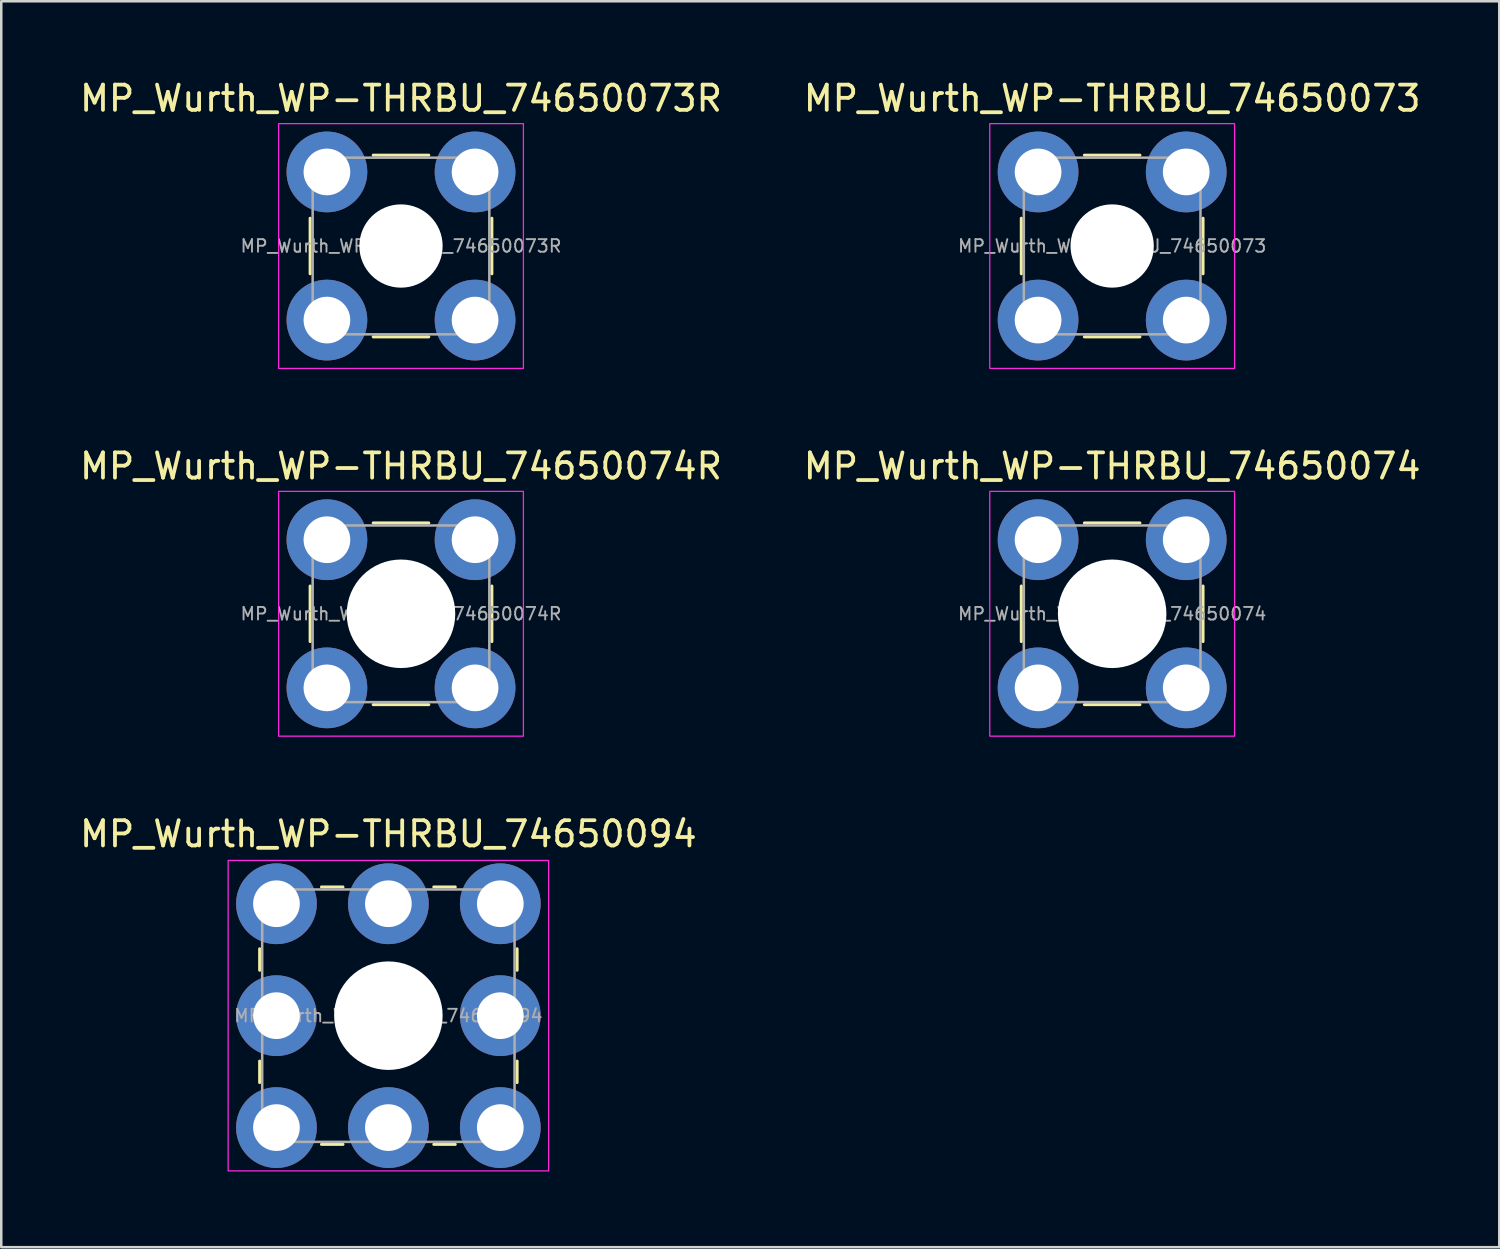
<source format=kicad_pcb>
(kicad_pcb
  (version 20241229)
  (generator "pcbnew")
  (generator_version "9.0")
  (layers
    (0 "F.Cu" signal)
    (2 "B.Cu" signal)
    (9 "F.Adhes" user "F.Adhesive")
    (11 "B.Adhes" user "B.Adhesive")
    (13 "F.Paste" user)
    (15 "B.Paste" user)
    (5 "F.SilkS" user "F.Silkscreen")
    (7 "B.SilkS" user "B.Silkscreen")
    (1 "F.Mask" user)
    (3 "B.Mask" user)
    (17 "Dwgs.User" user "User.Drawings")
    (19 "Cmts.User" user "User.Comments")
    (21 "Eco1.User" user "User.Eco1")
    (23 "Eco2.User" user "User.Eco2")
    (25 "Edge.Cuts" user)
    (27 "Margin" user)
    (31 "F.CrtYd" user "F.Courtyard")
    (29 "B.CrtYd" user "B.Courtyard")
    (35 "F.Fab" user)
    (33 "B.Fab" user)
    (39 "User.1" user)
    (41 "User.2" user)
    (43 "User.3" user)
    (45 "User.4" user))
  (footprint "MP_Wurth_WP-THRBU_74650074"
    (layer "F.Cu")
    (at 41.018 21.271)
    (property "Reference" "MP_Wurth_WP-THRBU_74650074" (at 0 -5.85 0) (unlocked yes) (layer "F.SilkS") (effects (font (size 1 1) (thickness 0.15))))
    (attr through_hole)
    (fp_line (start -3.6 1.1) (end -3.6 -1.1) (stroke (width 0.12) (type solid)) (layer "F.SilkS"))
    (fp_line (start -1.1 -3.6) (end 1.1 -3.6) (stroke (width 0.12) (type solid)) (layer "F.SilkS"))
    (fp_line (start -1.1 3.6) (end 1.1 3.6) (stroke (width 0.12) (type solid)) (layer "F.SilkS"))
    (fp_line (start 3.6 -1.1) (end 3.6 1.1) (stroke (width 0.12) (type solid)) (layer "F.SilkS"))
    (fp_circle (center -2.935 -2.935) (end -2.185 -2.935) (stroke (width 1.6) (type solid)) (fill no) (layer "F.Paste"))
    (fp_circle (center -2.935 2.935) (end -2.185 2.935) (stroke (width 1.6) (type solid)) (fill no) (layer "F.Paste"))
    (fp_circle (center 2.935 -2.935) (end 3.685 -2.935) (stroke (width 1.6) (type solid)) (fill no) (layer "F.Paste"))
    (fp_circle (center 2.935 2.935) (end 3.685 2.935) (stroke (width 1.6) (type solid)) (fill no) (layer "F.Paste"))
    (fp_rect (start -4.85 -4.85) (end 4.85 4.85) (stroke (width 0.05) (type solid)) (fill no) (layer "F.CrtYd"))
    (fp_line (start -3.5 -3.5) (end 3.5 -3.5) (stroke (width 0.1) (type solid)) (layer "F.Fab"))
    (fp_line (start -3.5 3.5) (end -3.5 -3.5) (stroke (width 0.1) (type solid)) (layer "F.Fab"))
    (fp_line (start 3.5 -3.5) (end 3.5 3.5) (stroke (width 0.1) (type solid)) (layer "F.Fab"))
    (fp_line (start 3.5 3.5) (end -3.5 3.5) (stroke (width 0.1) (type solid)) (layer "F.Fab"))
    (fp_text user "${REFERENCE}" (at 0 0 0) (unlocked yes) (layer "F.Fab") (effects (font (size 0.5 0.5) (thickness 0.075))))
    (pad "" np_thru_hole circle (at 0 0) (size 4.3 4.3) (drill 4.3) (layers "*.Cu" "*.Mask"))
    (pad "1" thru_hole circle (at -2.935 -2.935) (size 3.2 3.2) (drill 1.85) (layers "*.Cu" "*.Mask"))
    (pad "1" thru_hole circle (at -2.935 2.935) (size 3.2 3.2) (drill 1.85) (layers "*.Cu" "*.Mask"))
    (pad "1" thru_hole circle (at 2.935 -2.935) (size 3.2 3.2) (drill 1.85) (layers "*.Cu" "*.Mask"))
    (pad "1" thru_hole circle (at 2.935 2.935) (size 3.2 3.2) (drill 1.85) (layers "*.Cu" "*.Mask")))
  (footprint "MP_Wurth_WP-THRBU_74650073"
    (layer "F.Cu")
    (at 41.018 6.698)
    (property "Reference" "MP_Wurth_WP-THRBU_74650073" (at 0 -5.85 0) (unlocked yes) (layer "F.SilkS") (effects (font (size 1 1) (thickness 0.15))))
    (attr through_hole)
    (fp_line (start -3.6 1.1) (end -3.6 -1.1) (stroke (width 0.12) (type solid)) (layer "F.SilkS"))
    (fp_line (start -1.1 -3.6) (end 1.1 -3.6) (stroke (width 0.12) (type solid)) (layer "F.SilkS"))
    (fp_line (start -1.1 3.6) (end 1.1 3.6) (stroke (width 0.12) (type solid)) (layer "F.SilkS"))
    (fp_line (start 3.6 -1.1) (end 3.6 1.1) (stroke (width 0.12) (type solid)) (layer "F.SilkS"))
    (fp_circle (center -2.935 -2.935) (end -2.185 -2.935) (stroke (width 1.6) (type solid)) (fill no) (layer "F.Paste"))
    (fp_circle (center -2.935 2.935) (end -2.185 2.935) (stroke (width 1.6) (type solid)) (fill no) (layer "F.Paste"))
    (fp_circle (center 2.935 -2.935) (end 3.685 -2.935) (stroke (width 1.6) (type solid)) (fill no) (layer "F.Paste"))
    (fp_circle (center 2.935 2.935) (end 3.685 2.935) (stroke (width 1.6) (type solid)) (fill no) (layer "F.Paste"))
    (fp_rect (start -4.85 -4.85) (end 4.85 4.85) (stroke (width 0.05) (type solid)) (fill no) (layer "F.CrtYd"))
    (fp_line (start -3.5 -3.5) (end 3.5 -3.5) (stroke (width 0.1) (type solid)) (layer "F.Fab"))
    (fp_line (start -3.5 3.5) (end -3.5 -3.5) (stroke (width 0.1) (type solid)) (layer "F.Fab"))
    (fp_line (start 3.5 -3.5) (end 3.5 3.5) (stroke (width 0.1) (type solid)) (layer "F.Fab"))
    (fp_line (start 3.5 3.5) (end -3.5 3.5) (stroke (width 0.1) (type solid)) (layer "F.Fab"))
    (fp_text user "${REFERENCE}" (at 0 0 0) (unlocked yes) (layer "F.Fab") (effects (font (size 0.5 0.5) (thickness 0.075))))
    (pad "" np_thru_hole circle (at 0 0) (size 3.3 3.3) (drill 3.3) (layers "*.Cu" "*.Mask"))
    (pad "1" thru_hole circle (at -2.935 -2.935) (size 3.2 3.2) (drill 1.85) (layers "*.Cu" "*.Mask"))
    (pad "1" thru_hole circle (at -2.935 2.935) (size 3.2 3.2) (drill 1.85) (layers "*.Cu" "*.Mask"))
    (pad "1" thru_hole circle (at 2.935 -2.935) (size 3.2 3.2) (drill 1.85) (layers "*.Cu" "*.Mask"))
    (pad "1" thru_hole circle (at 2.935 2.935) (size 3.2 3.2) (drill 1.85) (layers "*.Cu" "*.Mask")))
  (footprint "MP_Wurth_WP-THRBU_74650074R"
    (layer "F.Cu")
    (at 12.839 21.271)
    (property "Reference" "MP_Wurth_WP-THRBU_74650074R" (at 0 -5.85 0) (unlocked yes) (layer "F.SilkS") (effects (font (size 1 1) (thickness 0.15))))
    (attr through_hole)
    (fp_line (start -3.6 1.1) (end -3.6 -1.1) (stroke (width 0.12) (type solid)) (layer "F.SilkS"))
    (fp_line (start -1.1 -3.6) (end 1.1 -3.6) (stroke (width 0.12) (type solid)) (layer "F.SilkS"))
    (fp_line (start -1.1 3.6) (end 1.1 3.6) (stroke (width 0.12) (type solid)) (layer "F.SilkS"))
    (fp_line (start 3.6 -1.1) (end 3.6 1.1) (stroke (width 0.12) (type solid)) (layer "F.SilkS"))
    (fp_circle (center -2.935 -2.935) (end -2.185 -2.935) (stroke (width 1.6) (type solid)) (fill no) (layer "F.Paste"))
    (fp_circle (center -2.935 2.935) (end -2.185 2.935) (stroke (width 1.6) (type solid)) (fill no) (layer "F.Paste"))
    (fp_circle (center 2.935 -2.935) (end 3.685 -2.935) (stroke (width 1.6) (type solid)) (fill no) (layer "F.Paste"))
    (fp_circle (center 2.935 2.935) (end 3.685 2.935) (stroke (width 1.6) (type solid)) (fill no) (layer "F.Paste"))
    (fp_rect (start -4.85 -4.85) (end 4.85 4.85) (stroke (width 0.05) (type solid)) (fill no) (layer "F.CrtYd"))
    (fp_line (start -3.5 -3.5) (end 3.5 -3.5) (stroke (width 0.1) (type solid)) (layer "F.Fab"))
    (fp_line (start -3.5 3.5) (end -3.5 -3.5) (stroke (width 0.1) (type solid)) (layer "F.Fab"))
    (fp_line (start 3.5 -3.5) (end 3.5 3.5) (stroke (width 0.1) (type solid)) (layer "F.Fab"))
    (fp_line (start 3.5 3.5) (end -3.5 3.5) (stroke (width 0.1) (type solid)) (layer "F.Fab"))
    (fp_text user "${REFERENCE}" (at 0 0 0) (unlocked yes) (layer "F.Fab") (effects (font (size 0.5 0.5) (thickness 0.075))))
    (pad "" np_thru_hole circle (at 0 0) (size 4.3 4.3) (drill 4.3) (layers "*.Cu" "*.Mask"))
    (pad "1" thru_hole circle (at -2.935 -2.935) (size 3.2 3.2) (drill 1.85) (layers "*.Cu" "*.Mask"))
    (pad "1" thru_hole circle (at -2.935 2.935) (size 3.2 3.2) (drill 1.85) (layers "*.Cu" "*.Mask"))
    (pad "1" thru_hole circle (at 2.935 -2.935) (size 3.2 3.2) (drill 1.85) (layers "*.Cu" "*.Mask"))
    (pad "1" thru_hole circle (at 2.935 2.935) (size 3.2 3.2) (drill 1.85) (layers "*.Cu" "*.Mask")))
  (footprint "MP_Wurth_WP-THRBU_74650073R"
    (layer "F.Cu")
    (at 12.839 6.698)
    (property "Reference" "MP_Wurth_WP-THRBU_74650073R" (at 0 -5.85 0) (unlocked yes) (layer "F.SilkS") (effects (font (size 1 1) (thickness 0.15))))
    (attr through_hole)
    (fp_line (start -3.6 1.1) (end -3.6 -1.1) (stroke (width 0.12) (type solid)) (layer "F.SilkS"))
    (fp_line (start -1.1 -3.6) (end 1.1 -3.6) (stroke (width 0.12) (type solid)) (layer "F.SilkS"))
    (fp_line (start -1.1 3.6) (end 1.1 3.6) (stroke (width 0.12) (type solid)) (layer "F.SilkS"))
    (fp_line (start 3.6 -1.1) (end 3.6 1.1) (stroke (width 0.12) (type solid)) (layer "F.SilkS"))
    (fp_circle (center -2.935 -2.935) (end -2.185 -2.935) (stroke (width 1.6) (type solid)) (fill no) (layer "F.Paste"))
    (fp_circle (center -2.935 2.935) (end -2.185 2.935) (stroke (width 1.6) (type solid)) (fill no) (layer "F.Paste"))
    (fp_circle (center 2.935 -2.935) (end 3.685 -2.935) (stroke (width 1.6) (type solid)) (fill no) (layer "F.Paste"))
    (fp_circle (center 2.935 2.935) (end 3.685 2.935) (stroke (width 1.6) (type solid)) (fill no) (layer "F.Paste"))
    (fp_rect (start -4.85 -4.85) (end 4.85 4.85) (stroke (width 0.05) (type solid)) (fill no) (layer "F.CrtYd"))
    (fp_line (start -3.5 -3.5) (end 3.5 -3.5) (stroke (width 0.1) (type solid)) (layer "F.Fab"))
    (fp_line (start -3.5 3.5) (end -3.5 -3.5) (stroke (width 0.1) (type solid)) (layer "F.Fab"))
    (fp_line (start 3.5 -3.5) (end 3.5 3.5) (stroke (width 0.1) (type solid)) (layer "F.Fab"))
    (fp_line (start 3.5 3.5) (end -3.5 3.5) (stroke (width 0.1) (type solid)) (layer "F.Fab"))
    (fp_text user "${REFERENCE}" (at 0 0 0) (unlocked yes) (layer "F.Fab") (effects (font (size 0.5 0.5) (thickness 0.075))))
    (pad "" np_thru_hole circle (at 0 0) (size 3.3 3.3) (drill 3.3) (layers "*.Cu" "*.Mask"))
    (pad "1" thru_hole circle (at -2.935 -2.935) (size 3.2 3.2) (drill 1.85) (layers "*.Cu" "*.Mask"))
    (pad "1" thru_hole circle (at -2.935 2.935) (size 3.2 3.2) (drill 1.85) (layers "*.Cu" "*.Mask"))
    (pad "1" thru_hole circle (at 2.935 -2.935) (size 3.2 3.2) (drill 1.85) (layers "*.Cu" "*.Mask"))
    (pad "1" thru_hole circle (at 2.935 2.935) (size 3.2 3.2) (drill 1.85) (layers "*.Cu" "*.Mask")))
  (footprint "MP_Wurth_WP-THRBU_74650094"
    (layer "F.Cu")
    (at 12.339 37.195)
    (property "Reference" "MP_Wurth_WP-THRBU_74650094" (at 0 -7.2 0) (unlocked yes) (layer "F.SilkS") (effects (font (size 1 1) (thickness 0.15))))
    (attr through_hole)
    (fp_line (start -5.1 -1.8) (end -5.1 -2.65) (stroke (width 0.12) (type solid)) (layer "F.SilkS"))
    (fp_line (start -5.1 2.65) (end -5.1 1.8) (stroke (width 0.12) (type solid)) (layer "F.SilkS"))
    (fp_line (start -2.65 -5.1) (end -1.8 -5.1) (stroke (width 0.12) (type solid)) (layer "F.SilkS"))
    (fp_line (start -1.8 5.1) (end -2.65 5.1) (stroke (width 0.12) (type solid)) (layer "F.SilkS"))
    (fp_line (start 1.8 -5.1) (end 2.65 -5.1) (stroke (width 0.12) (type solid)) (layer "F.SilkS"))
    (fp_line (start 2.65 5.1) (end 1.8 5.1) (stroke (width 0.12) (type solid)) (layer "F.SilkS"))
    (fp_line (start 5.1 -2.65) (end 5.1 -1.8) (stroke (width 0.12) (type solid)) (layer "F.SilkS"))
    (fp_line (start 5.1 1.8) (end 5.1 2.65) (stroke (width 0.12) (type solid)) (layer "F.SilkS"))
    (fp_circle (center -4.435 -4.435) (end -3.685 -4.435) (stroke (width 1.6) (type solid)) (fill no) (layer "F.Paste"))
    (fp_circle (center -4.435 0) (end -3.685 0) (stroke (width 1.6) (type solid)) (fill no) (layer "F.Paste"))
    (fp_circle (center -4.435 4.435) (end -3.685 4.435) (stroke (width 1.6) (type solid)) (fill no) (layer "F.Paste"))
    (fp_circle (center 0 -4.435) (end 0.75 -4.435) (stroke (width 1.6) (type solid)) (fill no) (layer "F.Paste"))
    (fp_circle (center 0 4.435) (end 0.75 4.435) (stroke (width 1.6) (type solid)) (fill no) (layer "F.Paste"))
    (fp_circle (center 4.435 -4.435) (end 5.185 -4.435) (stroke (width 1.6) (type solid)) (fill no) (layer "F.Paste"))
    (fp_circle (center 4.435 0) (end 5.185 0) (stroke (width 1.6) (type solid)) (fill no) (layer "F.Paste"))
    (fp_circle (center 4.435 4.435) (end 5.185 4.435) (stroke (width 1.6) (type solid)) (fill no) (layer "F.Paste"))
    (fp_rect (start -6.35 -6.15) (end 6.35 6.15) (stroke (width 0.05) (type solid)) (fill no) (layer "F.CrtYd"))
    (fp_line (start -5 -5) (end 5 -5) (stroke (width 0.1) (type solid)) (layer "F.Fab"))
    (fp_line (start -5 5) (end -5 -5) (stroke (width 0.1) (type solid)) (layer "F.Fab"))
    (fp_line (start 5 -5) (end 5 5) (stroke (width 0.1) (type solid)) (layer "F.Fab"))
    (fp_line (start 5 5) (end -5 5) (stroke (width 0.1) (type solid)) (layer "F.Fab"))
    (fp_text user "${REFERENCE}" (at 0 0 0) (unlocked yes) (layer "F.Fab") (effects (font (size 0.5 0.5) (thickness 0.075))))
    (pad "" np_thru_hole circle (at 0 0) (size 4.3 4.3) (drill 4.3) (layers "*.Cu" "*.Mask"))
    (pad "1" thru_hole circle (at -4.435 -4.435) (size 3.2 3.2) (drill 1.85) (layers "*.Cu" "*.Mask"))
    (pad "1" thru_hole circle (at -4.435 0) (size 3.2 3.2) (drill 1.85) (layers "*.Cu" "*.Mask"))
    (pad "1" thru_hole circle (at -4.435 4.435) (size 3.2 3.2) (drill 1.85) (layers "*.Cu" "*.Mask"))
    (pad "1" thru_hole circle (at 0 -4.435) (size 3.2 3.2) (drill 1.85) (layers "*.Cu" "*.Mask"))
    (pad "1" thru_hole circle (at 0 4.435) (size 3.2 3.2) (drill 1.85) (layers "*.Cu" "*.Mask"))
    (pad "1" thru_hole circle (at 4.435 -4.435) (size 3.2 3.2) (drill 1.85) (layers "*.Cu" "*.Mask"))
    (pad "1" thru_hole circle (at 4.435 0) (size 3.2 3.2) (drill 1.85) (layers "*.Cu" "*.Mask"))
    (pad "1" thru_hole circle (at 4.435 4.435) (size 3.2 3.2) (drill 1.85) (layers "*.Cu" "*.Mask")))
  (gr_rect
    (start -3 -3)
    (end 56.357 46.37)
    (stroke (width 0.1) (type default))
    (fill no)
    (layer "Edge.Cuts")))
</source>
